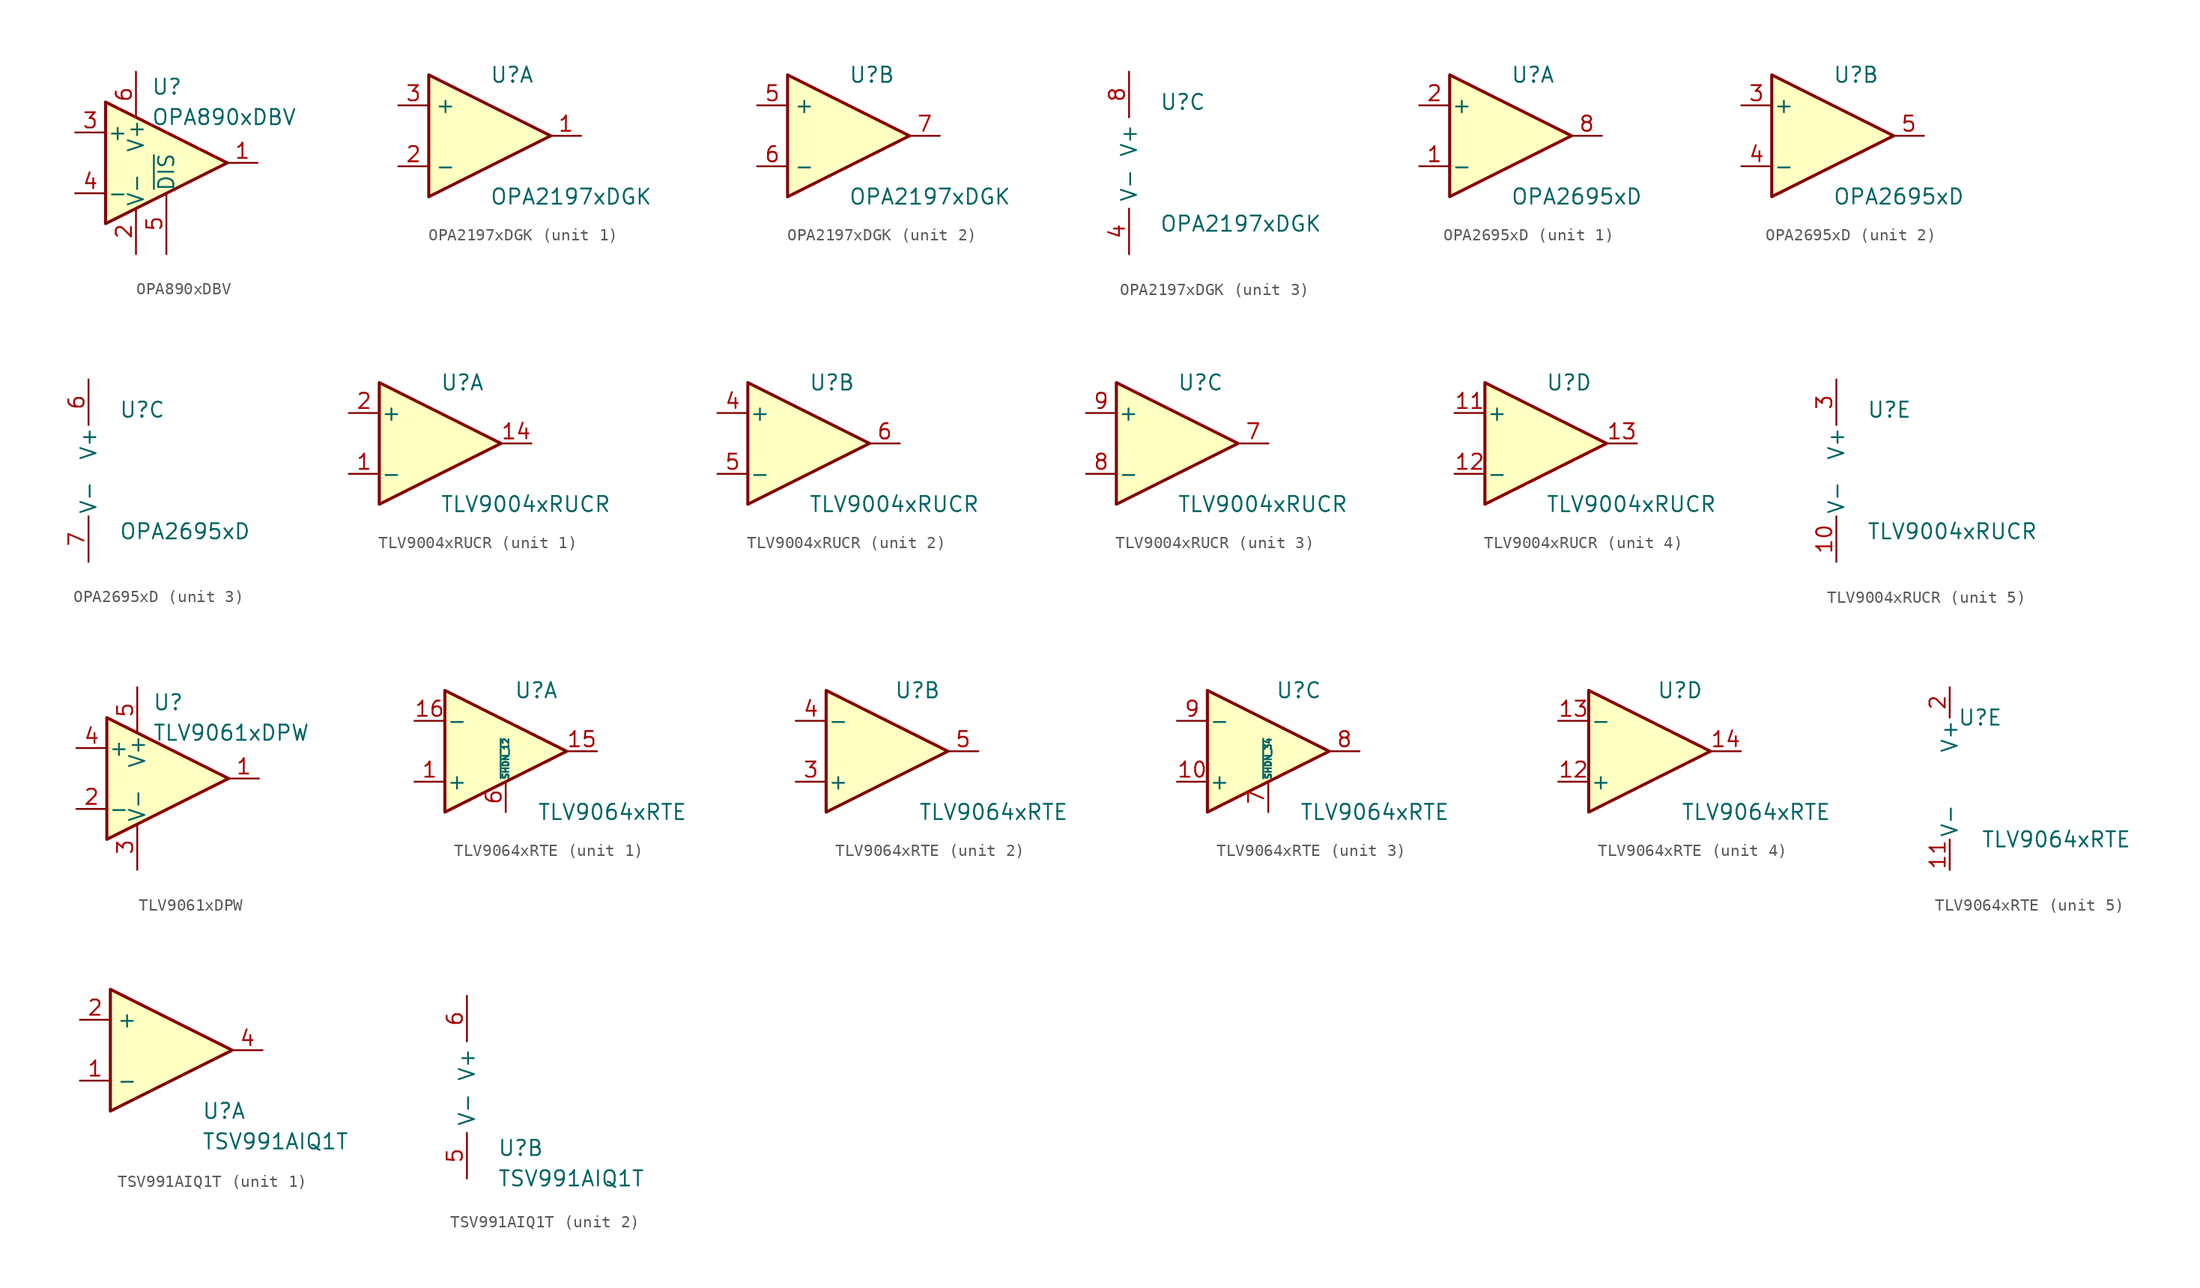
<source format=kicad_sym>
(kicad_symbol_lib
  (version 20231120)
  (generator "kicad_symbol_editor")
  (generator_version "8.0")
  (symbol "OPA890xDBV"
    (pin_names
      (offset 0.127))
    (property "Reference" "U"
      (at -1.27 6.35 0)
      (effects (font (size 1.27 1.27)) (justify left)))
    (property "Value" "OPA890xDBV"
      (at -1.27 3.81 0)
      (effects (font (size 1.27 1.27)) (justify left)))
    (symbol "OPA890xDBV_0_1"
      (polyline (pts (xy -5.08 5.08) (xy 5.08 0) (xy -5.08 -5.08) (xy -5.08 5.08)) (stroke (width 0.254) (type default)) (fill (type background)))
      (pin power_in line (at -2.54 -7.62 90) (length 3.81) (name "V-" (effects (font (size 1.27 1.27)))) (number "2" (effects (font (size 1.27 1.27)))))
      (pin power_in line (at -2.54 7.62 270) (length 3.81) (name "V+" (effects (font (size 1.27 1.27)))) (number "6" (effects (font (size 1.27 1.27))))))
    (symbol "OPA890xDBV_1_1"
      (pin output line (at 7.62 0 180) (length 2.54) (name "~" (effects (font (size 1.27 1.27)))) (number "1" (effects (font (size 1.27 1.27)))))
      (pin input line (at -7.62 2.54 0) (length 2.54) (name "+" (effects (font (size 1.27 1.27)))) (number "3" (effects (font (size 1.27 1.27)))))
      (pin input line (at -7.62 -2.54 0) (length 2.54) (name "-" (effects (font (size 1.27 1.27)))) (number "4" (effects (font (size 1.27 1.27)))))
      (pin input line (at 0 -7.62 90) (length 5.08) (name "~{DIS}" (effects (font (size 1.27 1.27)))) (number "5" (effects (font (size 1.27 1.27)))))))
  (symbol "OPA2197xDGK"
    (property "Reference" "U"
      (at 0 5.08 0)
      (effects (font (size 1.27 1.27)) (justify left)))
    (property "Value" "OPA2197xDGK"
      (at 0 -5.08 0)
      (effects (font (size 1.27 1.27)) (justify left)))
    (property "ki_locked" ""
      (at 0 0 0)
      (effects (font (size 1.27 1.27))))
    (symbol "OPA2197xDGK_1_1"
      (polyline (pts (xy -5.08 5.08) (xy 5.08 0) (xy -5.08 -5.08) (xy -5.08 5.08)) (stroke (width 0.254) (type default)) (fill (type background)))
      (pin output line (at 7.62 0 180) (length 2.54) (name "~" (effects (font (size 1.27 1.27)))) (number "1" (effects (font (size 1.27 1.27)))))
      (pin input line (at -7.62 -2.54 0) (length 2.54) (name "-" (effects (font (size 1.27 1.27)))) (number "2" (effects (font (size 1.27 1.27)))))
      (pin input line (at -7.62 2.54 0) (length 2.54) (name "+" (effects (font (size 1.27 1.27)))) (number "3" (effects (font (size 1.27 1.27))))))
    (symbol "OPA2197xDGK_2_1"
      (polyline (pts (xy -5.08 5.08) (xy 5.08 0) (xy -5.08 -5.08) (xy -5.08 5.08)) (stroke (width 0.254) (type default)) (fill (type background)))
      (pin input line (at -7.62 2.54 0) (length 2.54) (name "+" (effects (font (size 1.27 1.27)))) (number "5" (effects (font (size 1.27 1.27)))))
      (pin input line (at -7.62 -2.54 0) (length 2.54) (name "-" (effects (font (size 1.27 1.27)))) (number "6" (effects (font (size 1.27 1.27)))))
      (pin output line (at 7.62 0 180) (length 2.54) (name "~" (effects (font (size 1.27 1.27)))) (number "7" (effects (font (size 1.27 1.27))))))
    (symbol "OPA2197xDGK_3_1"
      (pin power_in line (at -2.54 -7.62 90) (length 3.81) (name "V-" (effects (font (size 1.27 1.27)))) (number "4" (effects (font (size 1.27 1.27)))))
      (pin power_in line (at -2.54 7.62 270) (length 3.81) (name "V+" (effects (font (size 1.27 1.27)))) (number "8" (effects (font (size 1.27 1.27)))))))
  (symbol "OPA2695xD"
    (pin_names
      (offset 0.127))
    (property "Reference" "U"
      (at 0 5.08 0)
      (effects (font (size 1.27 1.27)) (justify left)))
    (property "Value" "OPA2695xD"
      (at 0 -5.08 0)
      (effects (font (size 1.27 1.27)) (justify left)))
    (property "ki_locked" ""
      (at 0 0 0)
      (effects (font (size 1.27 1.27))))
    (symbol "OPA2695xD_1_1"
      (polyline (pts (xy -5.08 5.08) (xy 5.08 0) (xy -5.08 -5.08) (xy -5.08 5.08)) (stroke (width 0.254) (type default)) (fill (type background)))
      (pin input line (at -7.62 -2.54 0) (length 2.54) (name "-" (effects (font (size 1.27 1.27)))) (number "1" (effects (font (size 1.27 1.27)))))
      (pin input line (at -7.62 2.54 0) (length 2.54) (name "+" (effects (font (size 1.27 1.27)))) (number "2" (effects (font (size 1.27 1.27)))))
      (pin output line (at 7.62 0 180) (length 2.54) (name "~" (effects (font (size 1.27 1.27)))) (number "8" (effects (font (size 1.27 1.27))))))
    (symbol "OPA2695xD_2_1"
      (polyline (pts (xy -5.08 5.08) (xy 5.08 0) (xy -5.08 -5.08) (xy -5.08 5.08)) (stroke (width 0.254) (type default)) (fill (type background)))
      (pin input line (at -7.62 2.54 0) (length 2.54) (name "+" (effects (font (size 1.27 1.27)))) (number "3" (effects (font (size 1.27 1.27)))))
      (pin input line (at -7.62 -2.54 0) (length 2.54) (name "-" (effects (font (size 1.27 1.27)))) (number "4" (effects (font (size 1.27 1.27)))))
      (pin output line (at 7.62 0 180) (length 2.54) (name "~" (effects (font (size 1.27 1.27)))) (number "5" (effects (font (size 1.27 1.27))))))
    (symbol "OPA2695xD_3_1"
      (pin power_in line (at -2.54 7.62 270) (length 3.81) (name "V+" (effects (font (size 1.27 1.27)))) (number "6" (effects (font (size 1.27 1.27)))))
      (pin power_in line (at -2.54 -7.62 90) (length 3.81) (name "V-" (effects (font (size 1.27 1.27)))) (number "7" (effects (font (size 1.27 1.27)))))))
  (symbol "TLV9004xRUCR"
    (pin_names
      (offset 0.127))
    (property "Reference" "U"
      (at 0 5.08 0)
      (effects (font (size 1.27 1.27)) (justify left)))
    (property "Value" "TLV9004xRUCR"
      (at 0 -5.08 0)
      (effects (font (size 1.27 1.27)) (justify left)))
    (property "ki_locked" ""
      (at 0 0 0)
      (effects (font (size 1.27 1.27))))
    (symbol "TLV9004xRUCR_1_1"
      (polyline (pts (xy -5.08 5.08) (xy 5.08 0) (xy -5.08 -5.08) (xy -5.08 5.08)) (stroke (width 0.254) (type default)) (fill (type background)))
      (pin input line (at -7.62 -2.54 0) (length 2.54) (name "-" (effects (font (size 1.27 1.27)))) (number "1" (effects (font (size 1.27 1.27)))))
      (pin output line (at 7.62 0 180) (length 2.54) (name "~" (effects (font (size 1.27 1.27)))) (number "14" (effects (font (size 1.27 1.27)))))
      (pin input line (at -7.62 2.54 0) (length 2.54) (name "+" (effects (font (size 1.27 1.27)))) (number "2" (effects (font (size 1.27 1.27))))))
    (symbol "TLV9004xRUCR_2_1"
      (polyline (pts (xy -5.08 5.08) (xy 5.08 0) (xy -5.08 -5.08) (xy -5.08 5.08)) (stroke (width 0.254) (type default)) (fill (type background)))
      (pin input line (at -7.62 2.54 0) (length 2.54) (name "+" (effects (font (size 1.27 1.27)))) (number "4" (effects (font (size 1.27 1.27)))))
      (pin input line (at -7.62 -2.54 0) (length 2.54) (name "-" (effects (font (size 1.27 1.27)))) (number "5" (effects (font (size 1.27 1.27)))))
      (pin output line (at 7.62 0 180) (length 2.54) (name "~" (effects (font (size 1.27 1.27)))) (number "6" (effects (font (size 1.27 1.27))))))
    (symbol "TLV9004xRUCR_3_1"
      (polyline (pts (xy -5.08 5.08) (xy 5.08 0) (xy -5.08 -5.08) (xy -5.08 5.08)) (stroke (width 0.254) (type default)) (fill (type background)))
      (pin output line (at 7.62 0 180) (length 2.54) (name "~" (effects (font (size 1.27 1.27)))) (number "7" (effects (font (size 1.27 1.27)))))
      (pin input line (at -7.62 -2.54 0) (length 2.54) (name "-" (effects (font (size 1.27 1.27)))) (number "8" (effects (font (size 1.27 1.27)))))
      (pin input line (at -7.62 2.54 0) (length 2.54) (name "+" (effects (font (size 1.27 1.27)))) (number "9" (effects (font (size 1.27 1.27))))))
    (symbol "TLV9004xRUCR_4_1"
      (polyline (pts (xy -5.08 5.08) (xy 5.08 0) (xy -5.08 -5.08) (xy -5.08 5.08)) (stroke (width 0.254) (type default)) (fill (type background)))
      (pin input line (at -7.62 2.54 0) (length 2.54) (name "+" (effects (font (size 1.27 1.27)))) (number "11" (effects (font (size 1.27 1.27)))))
      (pin input line (at -7.62 -2.54 0) (length 2.54) (name "-" (effects (font (size 1.27 1.27)))) (number "12" (effects (font (size 1.27 1.27)))))
      (pin output line (at 7.62 0 180) (length 2.54) (name "~" (effects (font (size 1.27 1.27)))) (number "13" (effects (font (size 1.27 1.27))))))
    (symbol "TLV9004xRUCR_5_1"
      (pin power_in line (at -2.54 -7.62 90) (length 3.81) (name "V-" (effects (font (size 1.27 1.27)))) (number "10" (effects (font (size 1.27 1.27)))))
      (pin power_in line (at -2.54 7.62 270) (length 3.81) (name "V+" (effects (font (size 1.27 1.27)))) (number "3" (effects (font (size 1.27 1.27)))))))
  (symbol "TLV9061xDPW"
    (pin_names
      (offset 0.127))
    (property "Reference" "U"
      (at -1.27 6.35 0)
      (effects (font (size 1.27 1.27)) (justify left)))
    (property "Value" "TLV9061xDPW"
      (at -1.27 3.81 0)
      (effects (font (size 1.27 1.27)) (justify left)))
    (symbol "TLV9061xDPW_0_1"
      (polyline (pts (xy -5.08 5.08) (xy 5.08 0) (xy -5.08 -5.08) (xy -5.08 5.08)) (stroke (width 0.254) (type default)) (fill (type background)))
      (pin power_in line (at -2.54 -7.62 90) (length 3.81) (name "V-" (effects (font (size 1.27 1.27)))) (number "3" (effects (font (size 1.27 1.27)))))
      (pin power_in line (at -2.54 7.62 270) (length 3.81) (name "V+" (effects (font (size 1.27 1.27)))) (number "5" (effects (font (size 1.27 1.27))))))
    (symbol "TLV9061xDPW_1_1"
      (pin output line (at 7.62 0 180) (length 2.54) (name "~" (effects (font (size 1.27 1.27)))) (number "1" (effects (font (size 1.27 1.27)))))
      (pin input line (at -7.62 -2.54 0) (length 2.54) (name "-" (effects (font (size 1.27 1.27)))) (number "2" (effects (font (size 1.27 1.27)))))
      (pin input line (at -7.62 2.54 0) (length 2.54) (name "+" (effects (font (size 1.27 1.27)))) (number "4" (effects (font (size 1.27 1.27)))))))
  (symbol "TLV9064xRTE"
    (pin_names
      (offset 0.127))
    (property "Reference" "U"
      (at 2.54 5.08 0)
      (effects (font (size 1.27 1.27))))
    (property "Value" "TLV9064xRTE"
      (at 8.89 -5.08 0)
      (effects (font (size 1.27 1.27))))
    (property "ki_locked" ""
      (at 0 0 0)
      (effects (font (size 1.27 1.27))))
    (symbol "TLV9064xRTE_1_1"
      (polyline (pts (xy 5.08 0) (xy -5.08 5.08) (xy -5.08 -5.08) (xy 5.08 0)) (stroke (width 0.254) (type default)) (fill (type background)))
      (pin input line (at -7.62 -2.54 0) (length 2.54) (name "+" (effects (font (size 1.27 1.27)))) (number "1" (effects (font (size 1.27 1.27)))))
      (pin output line (at 7.62 0 180) (length 2.54) (name "~" (effects (font (size 1.27 1.27)))) (number "15" (effects (font (size 1.27 1.27)))))
      (pin input line (at -7.62 2.54 0) (length 2.54) (name "-" (effects (font (size 1.27 1.27)))) (number "16" (effects (font (size 1.27 1.27)))))
      (pin input line (at 0 -5.08 90) (length 2.54) (name "~{SHDN_12}" (effects (font (size 0.508 0.508)))) (number "6" (effects (font (size 1.27 1.27))))))
    (symbol "TLV9064xRTE_2_1"
      (polyline (pts (xy 5.08 0) (xy -5.08 5.08) (xy -5.08 -5.08) (xy 5.08 0)) (stroke (width 0.254) (type default)) (fill (type background)))
      (pin input line (at -7.62 -2.54 0) (length 2.54) (name "+" (effects (font (size 1.27 1.27)))) (number "3" (effects (font (size 1.27 1.27)))))
      (pin input line (at -7.62 2.54 0) (length 2.54) (name "-" (effects (font (size 1.27 1.27)))) (number "4" (effects (font (size 1.27 1.27)))))
      (pin output line (at 7.62 0 180) (length 2.54) (name "~" (effects (font (size 1.27 1.27)))) (number "5" (effects (font (size 1.27 1.27))))))
    (symbol "TLV9064xRTE_3_1"
      (polyline (pts (xy 5.08 0) (xy -5.08 5.08) (xy -5.08 -5.08) (xy 5.08 0)) (stroke (width 0.254) (type default)) (fill (type background)))
      (pin input line (at -7.62 -2.54 0) (length 2.54) (name "+" (effects (font (size 1.27 1.27)))) (number "10" (effects (font (size 1.27 1.27)))))
      (pin input line (at 0 -5.08 90) (length 2.54) (name "~{SHDN_34}" (effects (font (size 0.508 0.508)))) (number "7" (effects (font (size 1.27 1.27)))))
      (pin output line (at 7.62 0 180) (length 2.54) (name "~" (effects (font (size 1.27 1.27)))) (number "8" (effects (font (size 1.27 1.27)))))
      (pin input line (at -7.62 2.54 0) (length 2.54) (name "-" (effects (font (size 1.27 1.27)))) (number "9" (effects (font (size 1.27 1.27))))))
    (symbol "TLV9064xRTE_4_1"
      (polyline (pts (xy 5.08 0) (xy -5.08 5.08) (xy -5.08 -5.08) (xy 5.08 0)) (stroke (width 0.254) (type default)) (fill (type background)))
      (pin input line (at -7.62 -2.54 0) (length 2.54) (name "+" (effects (font (size 1.27 1.27)))) (number "12" (effects (font (size 1.27 1.27)))))
      (pin input line (at -7.62 2.54 0) (length 2.54) (name "-" (effects (font (size 1.27 1.27)))) (number "13" (effects (font (size 1.27 1.27)))))
      (pin output line (at 7.62 0 180) (length 2.54) (name "~" (effects (font (size 1.27 1.27)))) (number "14" (effects (font (size 1.27 1.27))))))
    (symbol "TLV9064xRTE_5_1"
      (pin power_in line (at 0 -7.62 90) (length 2.54) (name "V-" (effects (font (size 1.27 1.27)))) (number "11" (effects (font (size 1.27 1.27)))))
      (pin passive line (at 0 -7.62 90) (length 2.54) hide (name "V-" (effects (font (size 1.27 1.27)))) (number "17" (effects (font (size 1.27 1.27)))))
      (pin power_in line (at 0 7.62 270) (length 2.54) (name "V+" (effects (font (size 1.27 1.27)))) (number "2" (effects (font (size 1.27 1.27)))))))
  (symbol "TSV991AIQ1T"
    (property "Reference" "U"
      (at 2.54 -5.08 0)
      (effects (font (size 1.27 1.27)) (justify left)))
    (property "Value" "TSV991AIQ1T"
      (at 2.54 -7.62 0)
      (effects (font (size 1.27 1.27)) (justify left)))
    (symbol "TSV991AIQ1T_1_1"
      (polyline (pts (xy -5.08 5.08) (xy 5.08 0) (xy -5.08 -5.08) (xy -5.08 5.08)) (stroke (width 0.254) (type default)) (fill (type background)))
      (pin input line (at -7.62 -2.54 0) (length 2.54) (name "-" (effects (font (size 1.27 1.27)))) (number "1" (effects (font (size 1.27 1.27)))))
      (pin input line (at -7.62 2.54 0) (length 2.54) (name "+" (effects (font (size 1.27 1.27)))) (number "2" (effects (font (size 1.27 1.27)))))
      (pin output line (at 7.62 0 180) (length 2.54) (name "~" (effects (font (size 1.27 1.27)))) (number "4" (effects (font (size 1.27 1.27))))))
    (symbol "TSV991AIQ1T_2_1"
      (pin power_in line (at 0 -7.62 90) (length 3.81) (name "V-" (effects (font (size 1.27 1.27)))) (number "5" (effects (font (size 1.27 1.27)))))
      (pin power_in line (at 0 7.62 270) (length 3.81) (name "V+" (effects (font (size 1.27 1.27)))) (number "6" (effects (font (size 1.27 1.27))))))))
</source>
